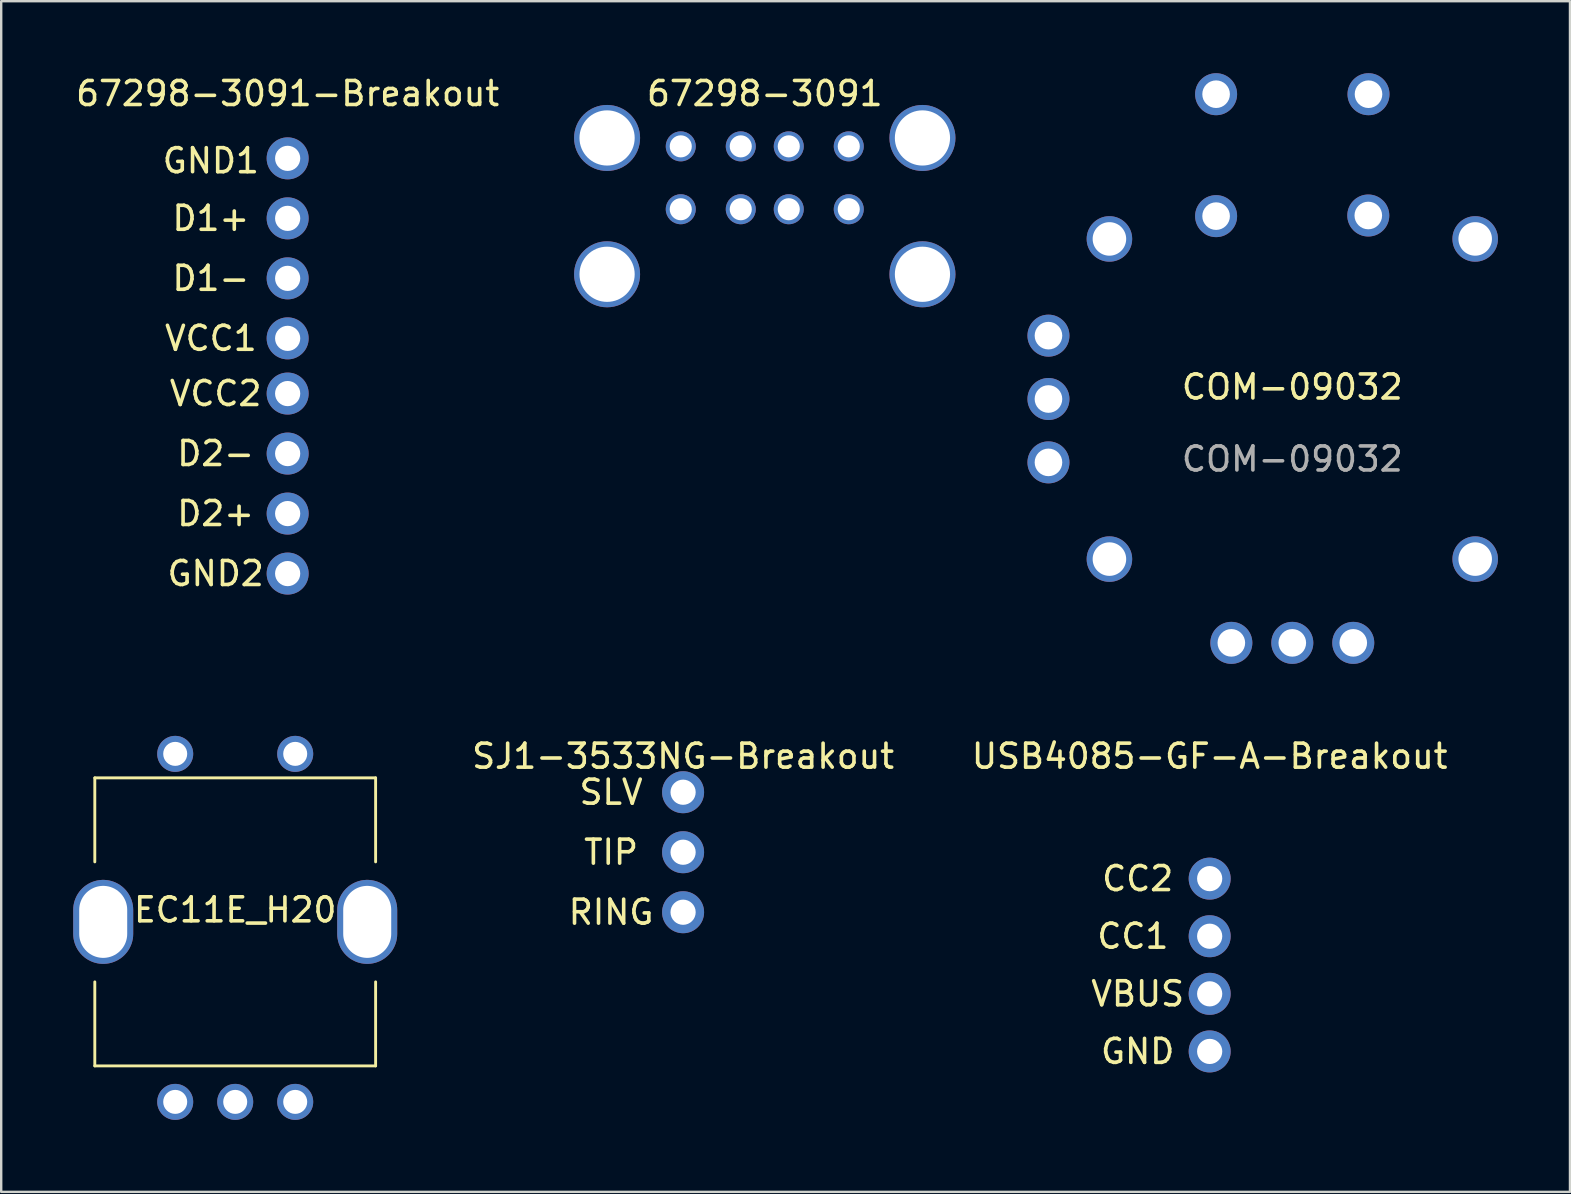
<source format=kicad_pcb>
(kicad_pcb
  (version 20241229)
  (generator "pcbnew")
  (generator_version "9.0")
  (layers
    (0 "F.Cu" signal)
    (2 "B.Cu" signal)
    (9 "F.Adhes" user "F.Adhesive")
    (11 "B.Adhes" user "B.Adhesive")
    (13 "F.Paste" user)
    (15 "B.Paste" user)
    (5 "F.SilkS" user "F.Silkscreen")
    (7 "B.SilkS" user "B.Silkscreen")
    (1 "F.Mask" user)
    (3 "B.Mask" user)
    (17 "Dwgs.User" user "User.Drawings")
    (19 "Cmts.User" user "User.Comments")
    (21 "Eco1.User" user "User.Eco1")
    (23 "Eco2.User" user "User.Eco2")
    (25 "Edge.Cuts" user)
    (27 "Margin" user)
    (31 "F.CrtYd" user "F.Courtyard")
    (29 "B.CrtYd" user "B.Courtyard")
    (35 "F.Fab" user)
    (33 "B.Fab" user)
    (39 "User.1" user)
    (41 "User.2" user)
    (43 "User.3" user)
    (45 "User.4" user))
  (footprint "COM-09032"
    (layer "F.Cu")
    (at 50.794 13.575)
    (property "Reference" "COM-09032" (at 0 -0.5 0) (unlocked yes) (layer "F.SilkS") (effects (font (size 1 1) (thickness 0.15))))
    (attr through_hole)
    (fp_text user "${REFERENCE}" (at 0 2.5 0) (unlocked yes) (layer "F.Fab") (effects (font (size 1 1) (thickness 0.15))))
    (pad "" np_thru_hole circle (at -7.62 -6.67) (size 1.897 1.897) (drill 1.397) (layers "*.Cu" "*.Mask"))
    (pad "" np_thru_hole circle (at -7.62 6.67) (size 1.897 1.897) (drill 1.397) (layers "*.Cu" "*.Mask"))
    (pad "" np_thru_hole circle (at 7.62 -6.67) (size 1.897 1.897) (drill 1.397) (layers "*.Cu" "*.Mask"))
    (pad "" np_thru_hole circle (at 7.62 6.67) (size 1.897 1.897) (drill 1.397) (layers "*.Cu" "*.Mask"))
    (pad "B1A" thru_hole circle (at -3.175 -12.7) (size 1.75 1.75) (drill 1.15) (layers "*.Cu" "*.Mask"))
    (pad "B1B" thru_hole circle (at 3.175 -12.7) (size 1.75 1.75) (drill 1.15) (layers "*.Cu" "*.Mask"))
    (pad "B2A" thru_hole circle (at -3.175 -7.62) (size 1.75 1.75) (drill 1.15) (layers "*.Cu" "*.Mask"))
    (pad "B2B" thru_hole circle (at 3.166 -7.646) (size 1.75 1.75) (drill 1.15) (layers "*.Cu" "*.Mask"))
    (pad "H1" thru_hole circle (at -2.54 10.16) (size 1.75 1.75) (drill 1.15) (layers "*.Cu" "*.Mask"))
    (pad "H2" thru_hole circle (at 0 10.16) (size 1.75 1.75) (drill 1.15) (layers "*.Cu" "*.Mask"))
    (pad "H3" thru_hole circle (at 2.54 10.16) (size 1.75 1.75) (drill 1.15) (layers "*.Cu" "*.Mask"))
    (pad "V1" thru_hole circle (at -10.16 -2.64) (size 1.75 1.75) (drill 1.15) (layers "*.Cu" "*.Mask"))
    (pad "V2" thru_hole circle (at -10.16 0) (size 1.75 1.75) (drill 1.15) (layers "*.Cu" "*.Mask"))
    (pad "V3" thru_hole circle (at -10.16 2.64) (size 1.75 1.75) (drill 1.15) (layers "*.Cu" "*.Mask")))
  (footprint "67298-3091"
    (layer "F.Cu")
    (at 28.814 3.048)
    (property "Reference" "67298-3091" (at 0 -2.2 0) (unlocked yes) (layer "F.SilkS") (effects (font (size 1 1) (thickness 0.15))))
    (attr through_hole)
    (pad "D1+" thru_hole circle (at 1 2.62) (size 1.25 1.25) (drill 0.92) (layers "*.Cu" "*.Mask"))
    (pad "D1-" thru_hole circle (at -1 2.62) (size 1.25 1.25) (drill 0.92) (layers "*.Cu" "*.Mask"))
    (pad "D2+" thru_hole circle (at 1 0) (size 1.25 1.25) (drill 0.92) (layers "*.Cu" "*.Mask"))
    (pad "D2-" thru_hole circle (at -1 0) (size 1.25 1.25) (drill 0.92) (layers "*.Cu" "*.Mask"))
    (pad "GND1" thru_hole circle (at 3.5 2.62) (size 1.25 1.25) (drill 0.92) (layers "*.Cu" "*.Mask"))
    (pad "GND2" thru_hole circle (at 3.5 0) (size 1.25 1.25) (drill 0.92) (layers "*.Cu" "*.Mask"))
    (pad "SHIELD" thru_hole circle (at -6.57 -0.35) (size 2.75 2.75) (drill 2.3) (layers "*.Cu" "*.Mask"))
    (pad "SHIELD" thru_hole circle (at -6.57 5.33) (size 2.75 2.75) (drill 2.3) (layers "*.Cu" "*.Mask"))
    (pad "SHIELD" thru_hole circle (at 6.57 -0.35) (size 2.75 2.75) (drill 2.3) (layers "*.Cu" "*.Mask"))
    (pad "SHIELD" thru_hole circle (at 6.57 5.33) (size 2.75 2.75) (drill 2.3) (layers "*.Cu" "*.Mask"))
    (pad "VCC1" thru_hole circle (at -3.5 2.62) (size 1.25 1.25) (drill 0.92) (layers "*.Cu" "*.Mask"))
    (pad "VCC2" thru_hole circle (at -3.5 0) (size 1.25 1.25) (drill 0.92) (layers "*.Cu" "*.Mask")))
  (footprint "EC11E_H20"
    (layer "F.Cu")
    (at 6.75 35.36)
    (property "Reference" "EC11E_H20" (at 0 -0.5 0) (unlocked yes) (layer "F.SilkS") (effects (font (size 1 1) (thickness 0.15))))
    (attr through_hole)
    (fp_line (start -5.85 -6) (end -5.85 -2.5) (stroke (width 0.12) (type solid)) (layer "F.SilkS"))
    (fp_line (start -5.85 2.5) (end -5.85 6) (stroke (width 0.12) (type solid)) (layer "F.SilkS"))
    (fp_line (start -5.85 6) (end 5.85 6) (stroke (width 0.12) (type solid)) (layer "F.SilkS"))
    (fp_line (start 5.85 -6) (end -5.85 -6) (stroke (width 0.12) (type solid)) (layer "F.SilkS"))
    (fp_line (start 5.85 -2.5) (end 5.85 -6) (stroke (width 0.12) (type solid)) (layer "F.SilkS"))
    (fp_line (start 5.85 6) (end 5.85 2.5) (stroke (width 0.12) (type solid)) (layer "F.SilkS"))
    (pad "A" thru_hole circle (at -2.5 7.5) (size 1.5 1.5) (drill 1) (layers "*.Cu" "*.Mask"))
    (pad "B" thru_hole circle (at 2.5 7.5) (size 1.5 1.5) (drill 1) (layers "*.Cu" "*.Mask"))
    (pad "C" thru_hole circle (at 0 7.5) (size 1.5 1.5) (drill 1) (layers "*.Cu" "*.Mask"))
    (pad "D" thru_hole circle (at -2.5 -7) (size 1.5 1.5) (drill 1) (layers "*.Cu" "*.Mask"))
    (pad "E" thru_hole circle (at 2.5 -7) (size 1.5 1.5) (drill 1) (layers "*.Cu" "*.Mask"))
    (pad "Shield" thru_hole oval (at -5.5 0) (size 2.5 3.5) (drill oval 2 3) (layers "*.Cu" "*.Mask"))
    (pad "Shield" thru_hole oval (at 5.5 0) (size 2.5 3.5) (drill oval 2 3) (layers "*.Cu" "*.Mask")))
  (footprint "67298-3091-Breakout"
    (layer "F.Cu")
    (at 8.935 10.848)
    (property "Reference" "67298-3091-Breakout" (at 0 -10 0) (unlocked yes) (layer "F.SilkS") (effects (font (size 1 1) (thickness 0.15))))
    (attr through_hole)
    (fp_text user "D2+" (at -3 7.5 0) (unlocked yes) (layer "F.SilkS") (effects (font (size 1 1) (thickness 0.15))))
    (fp_text user "GND2" (at -3 10 0) (unlocked yes) (layer "F.SilkS") (effects (font (size 1 1) (thickness 0.15))))
    (fp_text user "D2-" (at -3 5 0) (unlocked yes) (layer "F.SilkS") (effects (font (size 1 1) (thickness 0.15))))
    (fp_text user "D1+" (at -3.2 -4.8 0) (unlocked yes) (layer "F.SilkS") (effects (font (size 1 1) (thickness 0.15))))
    (fp_text user "GND1" (at -3.2 -7.2 0) (unlocked yes) (layer "F.SilkS") (effects (font (size 1 1) (thickness 0.15))))
    (fp_text user "D1-" (at -3.2 -2.3 0) (unlocked yes) (layer "F.SilkS") (effects (font (size 1 1) (thickness 0.15))))
    (fp_text user "VCC2" (at -3 2.5 0) (unlocked yes) (layer "F.SilkS") (effects (font (size 1 1) (thickness 0.15))))
    (fp_text user "VCC1" (at -3.2 0.2 0) (unlocked yes) (layer "F.SilkS") (effects (font (size 1 1) (thickness 0.15))))
    (pad "D1+" thru_hole circle (at 0 -4.8 180) (size 1.75 1.75) (drill 1.05) (layers "*.Cu" "*.Mask"))
    (pad "D1-" thru_hole circle (at 0 -2.3 180) (size 1.75 1.75) (drill 1.05) (layers "*.Cu" "*.Mask"))
    (pad "D2+" thru_hole circle (at 0 7.5) (size 1.75 1.75) (drill 1.05) (layers "*.Cu" "*.Mask"))
    (pad "D2-" thru_hole circle (at 0 5) (size 1.75 1.75) (drill 1.05) (layers "*.Cu" "*.Mask"))
    (pad "GND1" thru_hole circle (at 0 -7.3 180) (size 1.75 1.75) (drill 1.05) (layers "*.Cu" "*.Mask"))
    (pad "GND2" thru_hole circle (at 0 10) (size 1.75 1.75) (drill 1.05) (layers "*.Cu" "*.Mask"))
    (pad "VCC1" thru_hole circle (at 0 0.2 180) (size 1.75 1.75) (drill 1.05) (layers "*.Cu" "*.Mask"))
    (pad "VCC2" thru_hole circle (at 0 2.5) (size 1.75 1.75) (drill 1.05) (layers "*.Cu" "*.Mask")))
  (footprint "USB4085-GF-A-Breakout"
    (layer "F.Cu")
    (at 47.351 35.958)
    (property "Reference" "USB4085-GF-A-Breakout" (at 0 -7.5 0) (unlocked yes) (layer "F.SilkS") (effects (font (size 1 1) (thickness 0.15))))
    (attr through_hole)
    (fp_text user "VBUS" (at -3 2.4 0) (unlocked yes) (layer "F.SilkS") (effects (font (size 1 1) (thickness 0.15))))
    (fp_text user "GND" (at -3 4.8 0) (unlocked yes) (layer "F.SilkS") (effects (font (size 1 1) (thickness 0.15))))
    (fp_text user "CC2" (at -3 -2.4 0) (unlocked yes) (layer "F.SilkS") (effects (font (size 1 1) (thickness 0.15))))
    (fp_text user "CC1" (at -3.2 0 0) (unlocked yes) (layer "F.SilkS") (effects (font (size 1 1) (thickness 0.15))))
    (pad "CC1" thru_hole circle (at 0 0) (size 1.75 1.75) (drill 1.05) (layers "*.Cu" "*.Mask"))
    (pad "CC2" thru_hole circle (at 0 -2.4) (size 1.75 1.75) (drill 1.05) (layers "*.Cu" "*.Mask"))
    (pad "GND" thru_hole circle (at 0 4.8) (size 1.75 1.75) (drill 1.05) (layers "*.Cu" "*.Mask"))
    (pad "VBUS" thru_hole circle (at 0 2.4) (size 1.75 1.75) (drill 1.05) (layers "*.Cu" "*.Mask")))
  (footprint "SJ1-3533NG-Breakout"
    (layer "F.Cu")
    (at 25.411 32.458)
    (property "Reference" "SJ1-3533NG-Breakout" (at 0 -4 0) (unlocked yes) (layer "F.SilkS") (effects (font (size 1 1) (thickness 0.15))))
    (attr through_hole)
    (fp_text user "TIP" (at -3 0 0) (unlocked yes) (layer "F.SilkS") (effects (font (size 1 1) (thickness 0.15))))
    (fp_text user "RING" (at -3 2.5 0) (unlocked yes) (layer "F.SilkS") (effects (font (size 1 1) (thickness 0.15))))
    (fp_text user "SLV" (at -3 -2.5 0) (unlocked yes) (layer "F.SilkS") (effects (font (size 1 1) (thickness 0.15))))
    (pad "1" thru_hole circle (at 0 -2.5) (size 1.75 1.75) (drill 1.05) (layers "*.Cu" "*.Mask"))
    (pad "2" thru_hole circle (at 0 0) (size 1.75 1.75) (drill 1.05) (layers "*.Cu" "*.Mask"))
    (pad "3" thru_hole circle (at 0 2.5) (size 1.75 1.75) (drill 1.05) (layers "*.Cu" "*.Mask")))
  (gr_rect
    (start -3 -3)
    (end 62.363 46.61)
    (stroke (width 0.1) (type default))
    (fill no)
    (layer "Edge.Cuts")))
</source>
